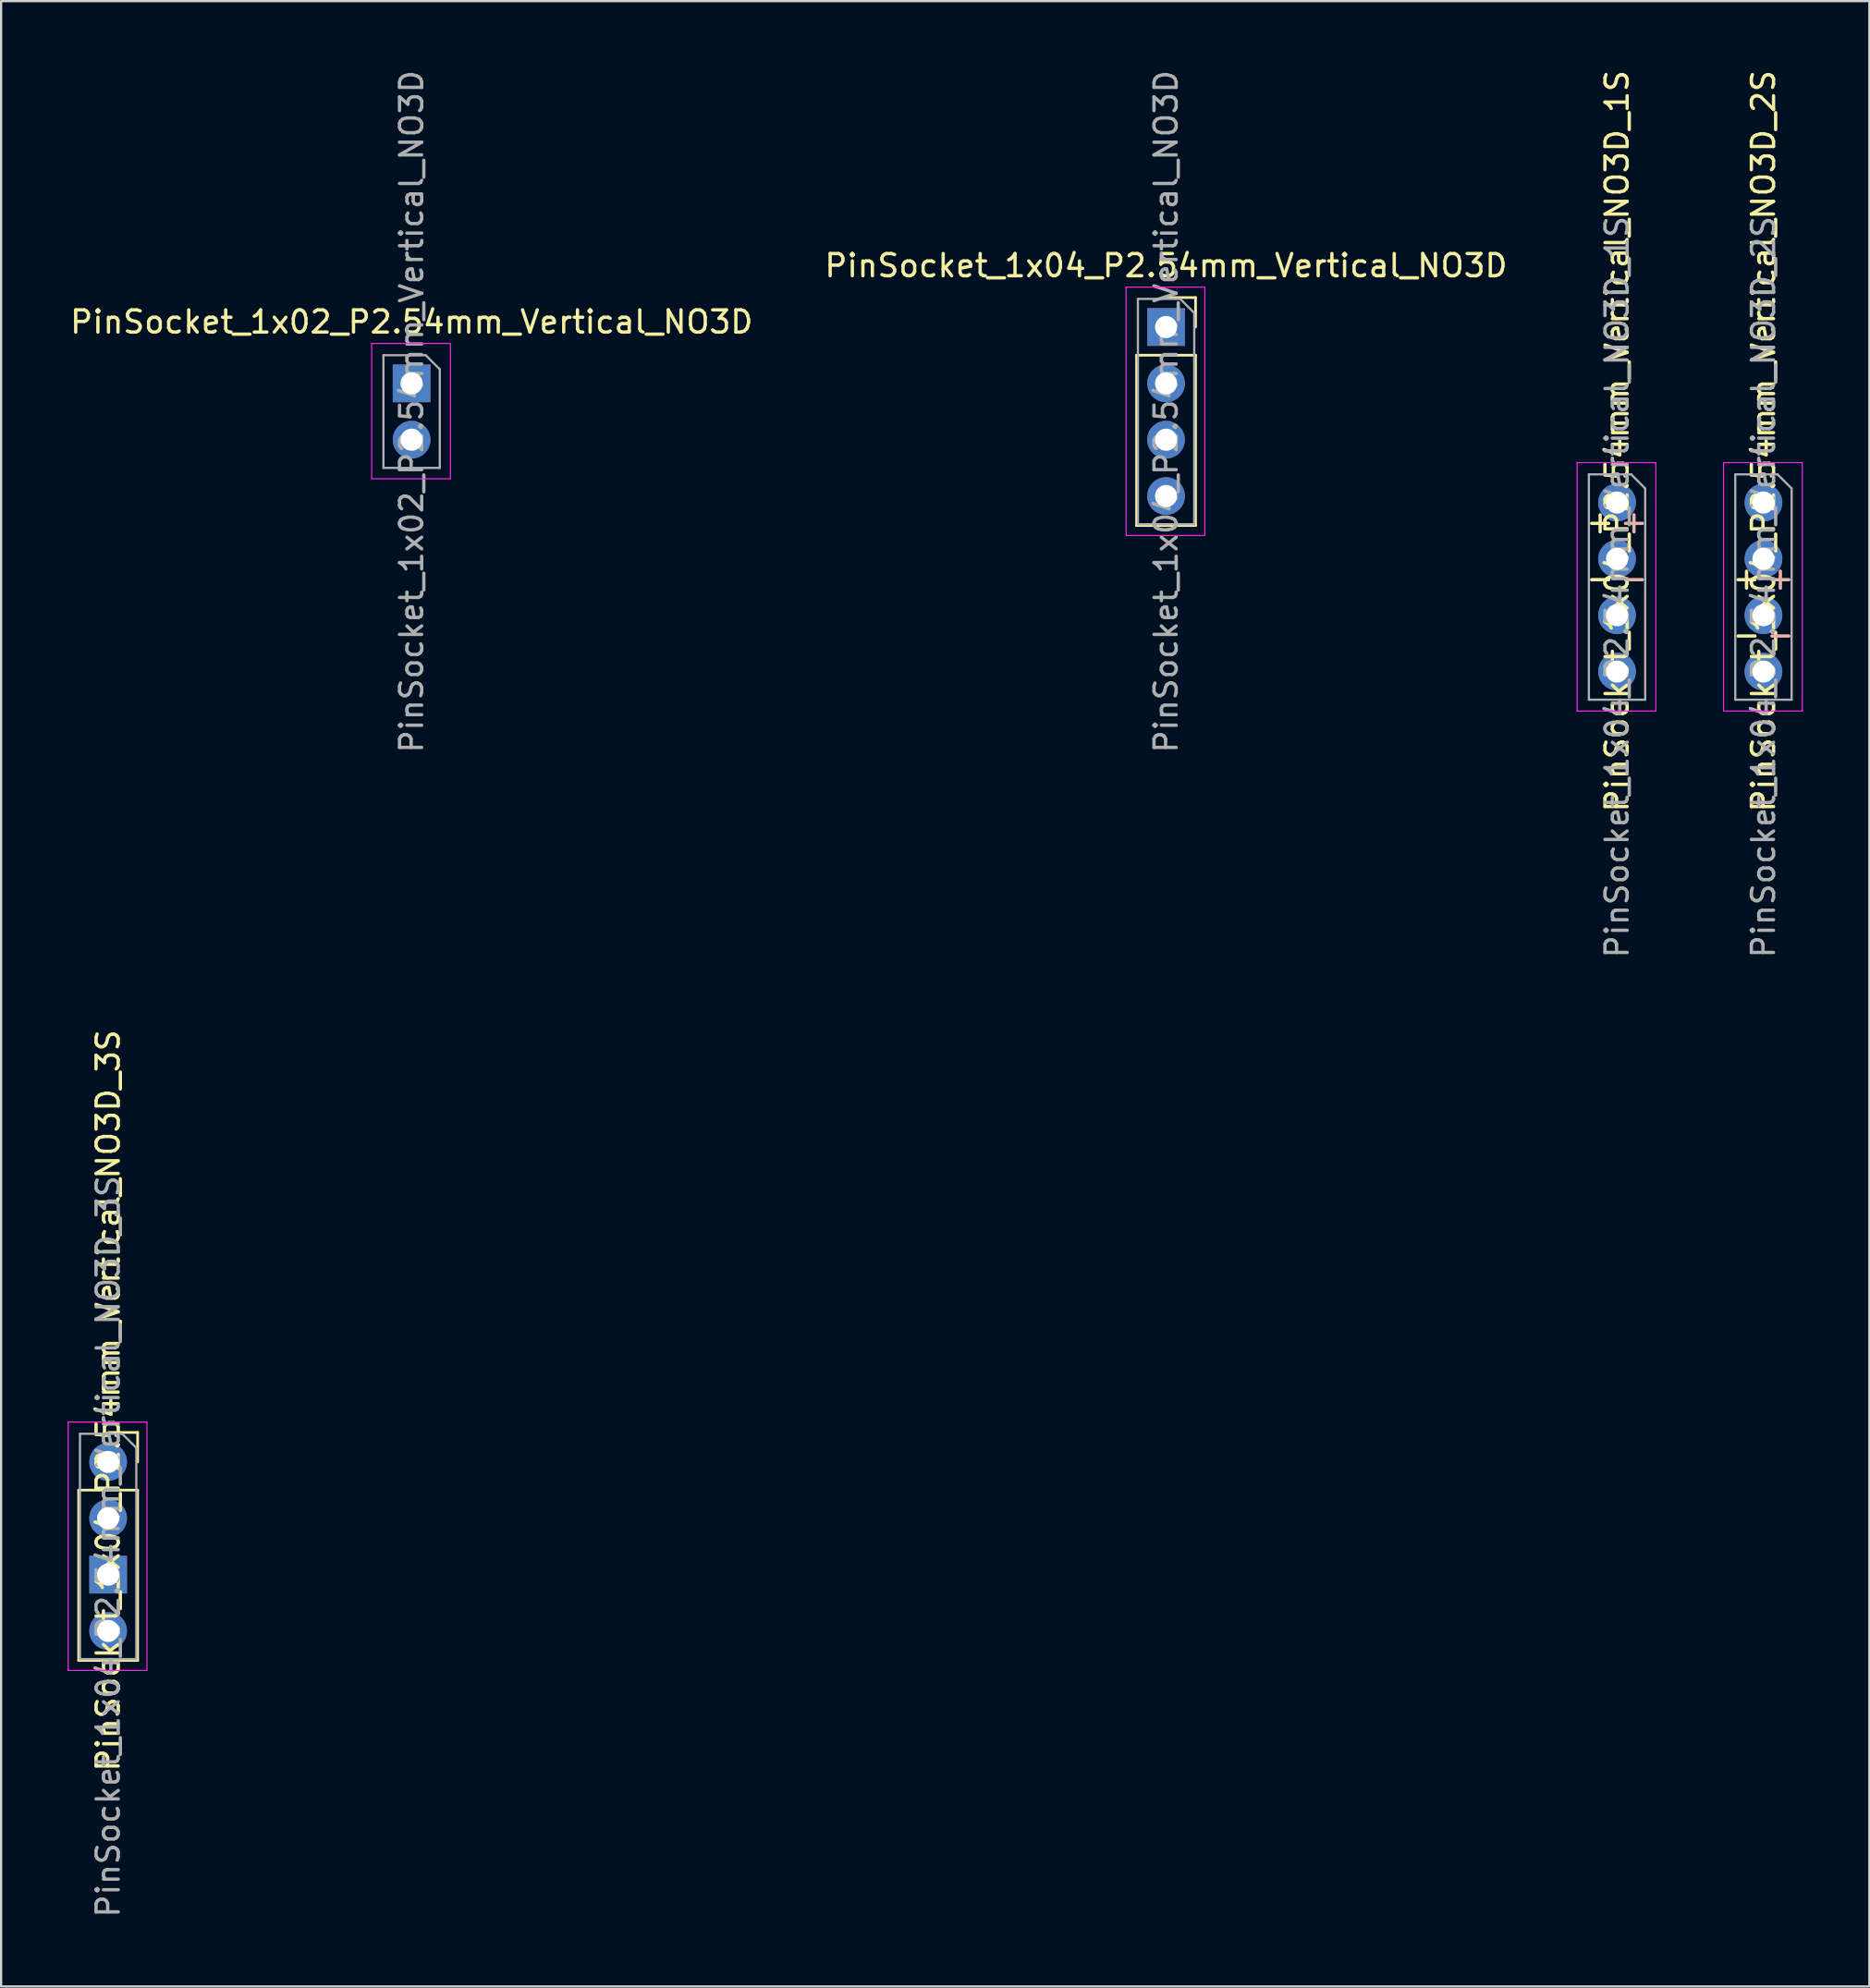
<source format=kicad_pcb>
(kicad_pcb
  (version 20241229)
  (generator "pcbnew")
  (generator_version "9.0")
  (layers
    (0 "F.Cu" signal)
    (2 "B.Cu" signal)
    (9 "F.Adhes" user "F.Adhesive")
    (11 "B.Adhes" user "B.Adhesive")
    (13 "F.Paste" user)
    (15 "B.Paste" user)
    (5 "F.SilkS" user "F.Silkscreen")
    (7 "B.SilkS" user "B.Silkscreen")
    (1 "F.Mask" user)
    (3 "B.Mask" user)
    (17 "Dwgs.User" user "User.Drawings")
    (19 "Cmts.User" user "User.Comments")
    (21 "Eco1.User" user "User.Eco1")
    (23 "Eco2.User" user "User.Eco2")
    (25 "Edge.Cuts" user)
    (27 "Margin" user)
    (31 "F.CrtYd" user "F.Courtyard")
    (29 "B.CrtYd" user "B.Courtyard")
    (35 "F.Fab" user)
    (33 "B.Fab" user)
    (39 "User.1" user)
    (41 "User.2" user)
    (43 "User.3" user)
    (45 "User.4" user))
  (footprint "PinSocket_1x04_P2.54mm_Vertical_NO3D_1S"
    (layer "F.Cu")
    (at 69.849 19.609)
    (property "Reference" "PinSocket_1x04_P2.54mm_Vertical_NO3D_1S" (at 0 -2.77 90) (layer "F.SilkS") (effects (font (size 1 1) (thickness 0.15))))
    (attr through_hole)
    (fp_line (start -1.8 -1.8) (end 1.75 -1.8) (stroke (width 0.05) (type solid)) (layer "F.CrtYd"))
    (fp_line (start -1.8 9.4) (end -1.8 -1.8) (stroke (width 0.05) (type solid)) (layer "F.CrtYd"))
    (fp_line (start 1.75 -1.8) (end 1.75 9.4) (stroke (width 0.05) (type solid)) (layer "F.CrtYd"))
    (fp_line (start 1.75 9.4) (end -1.8 9.4) (stroke (width 0.05) (type solid)) (layer "F.CrtYd"))
    (fp_line (start -1.27 -1.27) (end 0.635 -1.27) (stroke (width 0.1) (type solid)) (layer "F.Fab"))
    (fp_line (start -1.27 8.89) (end -1.27 -1.27) (stroke (width 0.1) (type solid)) (layer "F.Fab"))
    (fp_line (start 0.635 -1.27) (end 1.27 -0.635) (stroke (width 0.1) (type solid)) (layer "F.Fab"))
    (fp_line (start 1.27 -0.635) (end 1.27 8.89) (stroke (width 0.1) (type solid)) (layer "F.Fab"))
    (fp_line (start 1.27 8.89) (end -1.27 8.89) (stroke (width 0.1) (type solid)) (layer "F.Fab"))
    (fp_text user "-" (at -0.762 3.404 180) (layer "F.SilkS") (effects (font (size 1 1) (thickness 0.15))))
    (fp_text user "+" (at -0.762 0.864 0) (layer "F.SilkS") (effects (font (size 1 1) (thickness 0.15))))
    (fp_text user "-" (at 0.762 3.404 180) (layer "B.SilkS") (effects (font (size 1 1) (thickness 0.15)) (justify mirror)))
    (fp_text user "+" (at 0.762 0.864 0) (layer "B.SilkS") (effects (font (size 1 1) (thickness 0.15)) (justify mirror)))
    (fp_text user "${REFERENCE}" (at 0 3.81 90) (layer "F.Fab") (effects (font (size 1 1) (thickness 0.15))))
    (pad "1" thru_hole circle (at 0 0) (size 1.7 1.7) (drill 1) (layers "*.Cu" "*.Mask"))
    (pad "2" thru_hole oval (at 0 2.54) (size 1.7 1.7) (drill 1) (layers "*.Cu" "*.Mask"))
    (pad "3" thru_hole oval (at 0 5.08) (size 1.7 1.7) (drill 1) (layers "*.Cu" "*.Mask"))
    (pad "4" thru_hole oval (at 0 7.62) (size 1.7 1.7) (drill 1) (layers "*.Cu" "*.Mask")))
  (footprint "PinSocket_1x02_P2.54mm_Vertical_NO3D"
    (layer "F.Cu")
    (at 15.506 14.236)
    (property "Reference" "PinSocket_1x02_P2.54mm_Vertical_NO3D" (at 0 -2.77 0) (layer "F.SilkS") (effects (font (size 1 1) (thickness 0.15))))
    (attr through_hole)
    (fp_line (start -1.8 -1.8) (end 1.75 -1.8) (stroke (width 0.05) (type solid)) (layer "F.CrtYd"))
    (fp_line (start -1.8 4.3) (end -1.8 -1.8) (stroke (width 0.05) (type solid)) (layer "F.CrtYd"))
    (fp_line (start 1.75 -1.8) (end 1.75 4.3) (stroke (width 0.05) (type solid)) (layer "F.CrtYd"))
    (fp_line (start 1.75 4.3) (end -1.8 4.3) (stroke (width 0.05) (type solid)) (layer "F.CrtYd"))
    (fp_line (start -1.27 -1.27) (end 0.635 -1.27) (stroke (width 0.1) (type solid)) (layer "F.Fab"))
    (fp_line (start -1.27 3.81) (end -1.27 -1.27) (stroke (width 0.1) (type solid)) (layer "F.Fab"))
    (fp_line (start 0.635 -1.27) (end 1.27 -0.635) (stroke (width 0.1) (type solid)) (layer "F.Fab"))
    (fp_line (start 1.27 -0.635) (end 1.27 3.81) (stroke (width 0.1) (type solid)) (layer "F.Fab"))
    (fp_line (start 1.27 3.81) (end -1.27 3.81) (stroke (width 0.1) (type solid)) (layer "F.Fab"))
    (fp_text user "${REFERENCE}" (at 0 1.27 90) (layer "F.Fab") (effects (font (size 1 1) (thickness 0.15))))
    (pad "1" thru_hole rect (at 0 0) (size 1.7 1.7) (drill 1) (layers "*.Cu" "*.Mask"))
    (pad "2" thru_hole oval (at 0 2.54) (size 1.7 1.7) (drill 1) (layers "*.Cu" "*.Mask")))
  (footprint "PinSocket_1x04_P2.54mm_Vertical_NO3D_2S"
    (layer "F.Cu")
    (at 76.449 19.609)
    (property "Reference" "PinSocket_1x04_P2.54mm_Vertical_NO3D_2S" (at 0 -2.77 90) (layer "F.SilkS") (effects (font (size 1 1) (thickness 0.15))))
    (attr through_hole)
    (fp_line (start -1.8 -1.8) (end 1.75 -1.8) (stroke (width 0.05) (type solid)) (layer "F.CrtYd"))
    (fp_line (start -1.8 9.4) (end -1.8 -1.8) (stroke (width 0.05) (type solid)) (layer "F.CrtYd"))
    (fp_line (start 1.75 -1.8) (end 1.75 9.4) (stroke (width 0.05) (type solid)) (layer "F.CrtYd"))
    (fp_line (start 1.75 9.4) (end -1.8 9.4) (stroke (width 0.05) (type solid)) (layer "F.CrtYd"))
    (fp_line (start -1.27 -1.27) (end 0.635 -1.27) (stroke (width 0.1) (type solid)) (layer "F.Fab"))
    (fp_line (start -1.27 8.89) (end -1.27 -1.27) (stroke (width 0.1) (type solid)) (layer "F.Fab"))
    (fp_line (start 0.635 -1.27) (end 1.27 -0.635) (stroke (width 0.1) (type solid)) (layer "F.Fab"))
    (fp_line (start 1.27 -0.635) (end 1.27 8.89) (stroke (width 0.1) (type solid)) (layer "F.Fab"))
    (fp_line (start 1.27 8.89) (end -1.27 8.89) (stroke (width 0.1) (type solid)) (layer "F.Fab"))
    (fp_text user "+" (at -0.762 3.404 0) (layer "F.SilkS") (effects (font (size 1 1) (thickness 0.15))))
    (fp_text user "-" (at -0.762 5.944 180) (layer "F.SilkS") (effects (font (size 1 1) (thickness 0.15))))
    (fp_text user "-" (at 0.762 5.944 180) (layer "B.SilkS") (effects (font (size 1 1) (thickness 0.15)) (justify mirror)))
    (fp_text user "+" (at 0.762 3.404 0) (layer "B.SilkS") (effects (font (size 1 1) (thickness 0.15)) (justify mirror)))
    (fp_text user "${REFERENCE}" (at 0 3.81 90) (layer "F.Fab") (effects (font (size 1 1) (thickness 0.15))))
    (pad "1" thru_hole circle (at 0 0) (size 1.7 1.7) (drill 1) (layers "*.Cu" "*.Mask"))
    (pad "2" thru_hole circle (at 0 2.54) (size 1.7 1.7) (drill 1) (layers "*.Cu" "*.Mask"))
    (pad "3" thru_hole oval (at 0 5.08) (size 1.7 1.7) (drill 1) (layers "*.Cu" "*.Mask"))
    (pad "4" thru_hole oval (at 0 7.62) (size 1.7 1.7) (drill 1) (layers "*.Cu" "*.Mask")))
  (footprint "PinSocket_1x04_P2.54mm_Vertical_NO3D_3S"
    (layer "F.Cu")
    (at 1.825 62.868)
    (property "Reference" "PinSocket_1x04_P2.54mm_Vertical_NO3D_3S" (at 0 -2.77 90) (layer "F.SilkS") (effects (font (size 1 1) (thickness 0.15))))
    (attr through_hole)
    (fp_line (start -1.33 1.27) (end -1.33 8.95) (stroke (width 0.12) (type solid)) (layer "F.SilkS"))
    (fp_line (start -1.33 1.27) (end 1.33 1.27) (stroke (width 0.12) (type solid)) (layer "F.SilkS"))
    (fp_line (start -1.33 8.95) (end 1.33 8.95) (stroke (width 0.12) (type solid)) (layer "F.SilkS"))
    (fp_line (start 0 -1.33) (end 1.33 -1.33) (stroke (width 0.12) (type solid)) (layer "F.SilkS"))
    (fp_line (start 1.33 -1.33) (end 1.33 0) (stroke (width 0.12) (type solid)) (layer "F.SilkS"))
    (fp_line (start 1.33 1.27) (end 1.33 8.95) (stroke (width 0.12) (type solid)) (layer "F.SilkS"))
    (fp_line (start -1.8 -1.8) (end 1.75 -1.8) (stroke (width 0.05) (type solid)) (layer "F.CrtYd"))
    (fp_line (start -1.8 9.4) (end -1.8 -1.8) (stroke (width 0.05) (type solid)) (layer "F.CrtYd"))
    (fp_line (start 1.75 -1.8) (end 1.75 9.4) (stroke (width 0.05) (type solid)) (layer "F.CrtYd"))
    (fp_line (start 1.75 9.4) (end -1.8 9.4) (stroke (width 0.05) (type solid)) (layer "F.CrtYd"))
    (fp_line (start -1.27 -1.27) (end 0.635 -1.27) (stroke (width 0.1) (type solid)) (layer "F.Fab"))
    (fp_line (start -1.27 8.89) (end -1.27 -1.27) (stroke (width 0.1) (type solid)) (layer "F.Fab"))
    (fp_line (start 0.635 -1.27) (end 1.27 -0.635) (stroke (width 0.1) (type solid)) (layer "F.Fab"))
    (fp_line (start 1.27 -0.635) (end 1.27 8.89) (stroke (width 0.1) (type solid)) (layer "F.Fab"))
    (fp_line (start 1.27 8.89) (end -1.27 8.89) (stroke (width 0.1) (type solid)) (layer "F.Fab"))
    (fp_text user "${REFERENCE}" (at 0 3.81 90) (layer "F.Fab") (effects (font (size 1 1) (thickness 0.15))))
    (pad "1" thru_hole circle (at 0 0) (size 1.7 1.7) (drill 1) (layers "*.Cu" "*.Mask"))
    (pad "2" thru_hole oval (at 0 2.54) (size 1.7 1.7) (drill 1) (layers "*.Cu" "*.Mask"))
    (pad "3" thru_hole rect (at 0 5.08) (size 1.7 1.7) (drill 1) (layers "*.Cu" "*.Mask"))
    (pad "4" thru_hole oval (at 0 7.62) (size 1.7 1.7) (drill 1) (layers "*.Cu" "*.Mask")))
  (footprint "PinSocket_1x04_P2.54mm_Vertical_NO3D"
    (layer "F.Cu")
    (at 49.518 11.696)
    (property "Reference" "PinSocket_1x04_P2.54mm_Vertical_NO3D" (at 0 -2.77 0) (layer "F.SilkS") (effects (font (size 1 1) (thickness 0.15))))
    (attr through_hole)
    (fp_line (start -1.33 1.27) (end -1.33 8.95) (stroke (width 0.12) (type solid)) (layer "F.SilkS"))
    (fp_line (start -1.33 1.27) (end 1.33 1.27) (stroke (width 0.12) (type solid)) (layer "F.SilkS"))
    (fp_line (start -1.33 8.95) (end 1.33 8.95) (stroke (width 0.12) (type solid)) (layer "F.SilkS"))
    (fp_line (start 0 -1.33) (end 1.33 -1.33) (stroke (width 0.12) (type solid)) (layer "F.SilkS"))
    (fp_line (start 1.33 -1.33) (end 1.33 0) (stroke (width 0.12) (type solid)) (layer "F.SilkS"))
    (fp_line (start 1.33 1.27) (end 1.33 8.95) (stroke (width 0.12) (type solid)) (layer "F.SilkS"))
    (fp_line (start -1.8 -1.8) (end 1.75 -1.8) (stroke (width 0.05) (type solid)) (layer "F.CrtYd"))
    (fp_line (start -1.8 9.4) (end -1.8 -1.8) (stroke (width 0.05) (type solid)) (layer "F.CrtYd"))
    (fp_line (start 1.75 -1.8) (end 1.75 9.4) (stroke (width 0.05) (type solid)) (layer "F.CrtYd"))
    (fp_line (start 1.75 9.4) (end -1.8 9.4) (stroke (width 0.05) (type solid)) (layer "F.CrtYd"))
    (fp_line (start -1.27 -1.27) (end 0.635 -1.27) (stroke (width 0.1) (type solid)) (layer "F.Fab"))
    (fp_line (start -1.27 8.89) (end -1.27 -1.27) (stroke (width 0.1) (type solid)) (layer "F.Fab"))
    (fp_line (start 0.635 -1.27) (end 1.27 -0.635) (stroke (width 0.1) (type solid)) (layer "F.Fab"))
    (fp_line (start 1.27 -0.635) (end 1.27 8.89) (stroke (width 0.1) (type solid)) (layer "F.Fab"))
    (fp_line (start 1.27 8.89) (end -1.27 8.89) (stroke (width 0.1) (type solid)) (layer "F.Fab"))
    (fp_text user "${REFERENCE}" (at 0 3.81 90) (layer "F.Fab") (effects (font (size 1 1) (thickness 0.15))))
    (pad "1" thru_hole rect (at 0 0) (size 1.7 1.7) (drill 1) (layers "*.Cu" "*.Mask"))
    (pad "2" thru_hole oval (at 0 2.54) (size 1.7 1.7) (drill 1) (layers "*.Cu" "*.Mask"))
    (pad "3" thru_hole oval (at 0 5.08) (size 1.7 1.7) (drill 1) (layers "*.Cu" "*.Mask"))
    (pad "4" thru_hole oval (at 0 7.62) (size 1.7 1.7) (drill 1) (layers "*.Cu" "*.Mask")))
  (gr_rect
    (start -3 -3)
    (end 81.224 86.517)
    (stroke (width 0.1) (type default))
    (fill no)
    (layer "Edge.Cuts")))
</source>
